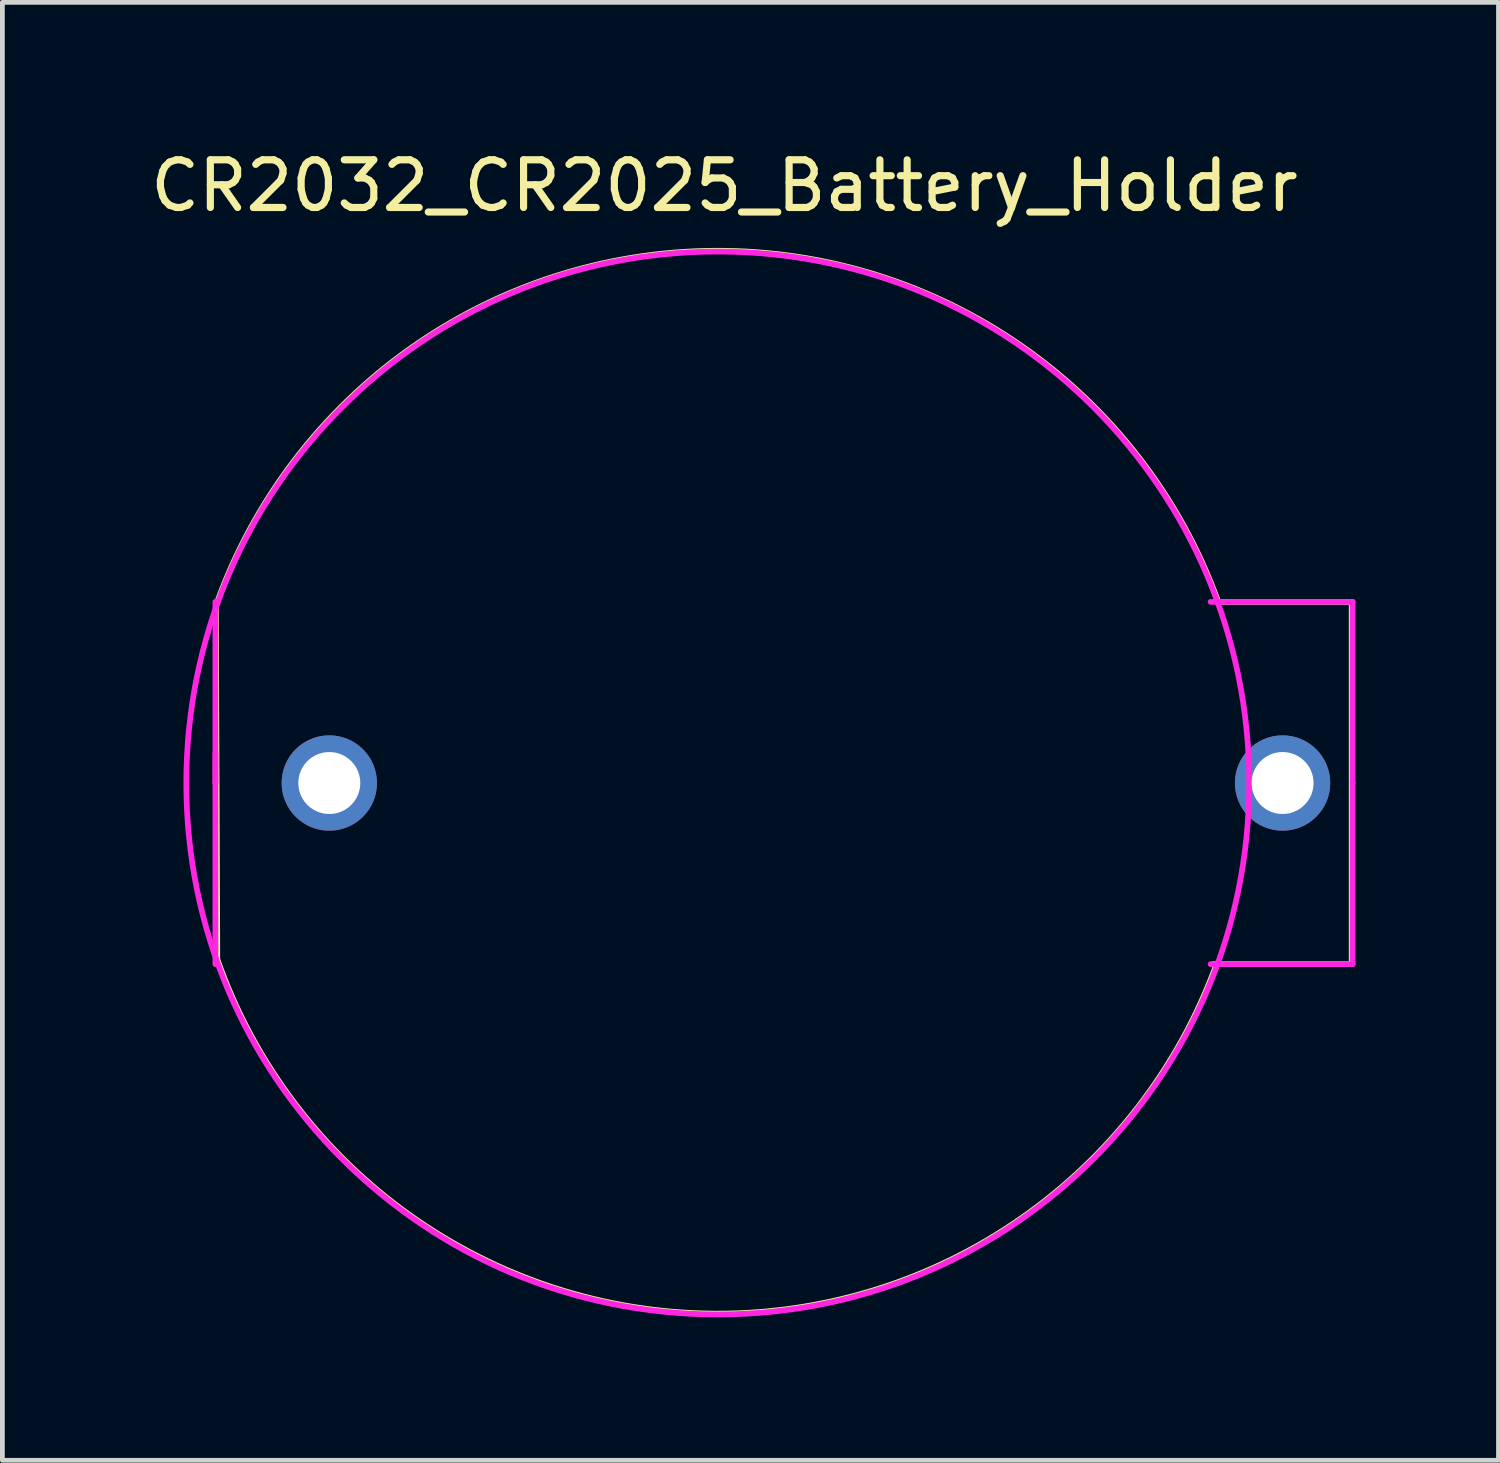
<source format=kicad_pcb>
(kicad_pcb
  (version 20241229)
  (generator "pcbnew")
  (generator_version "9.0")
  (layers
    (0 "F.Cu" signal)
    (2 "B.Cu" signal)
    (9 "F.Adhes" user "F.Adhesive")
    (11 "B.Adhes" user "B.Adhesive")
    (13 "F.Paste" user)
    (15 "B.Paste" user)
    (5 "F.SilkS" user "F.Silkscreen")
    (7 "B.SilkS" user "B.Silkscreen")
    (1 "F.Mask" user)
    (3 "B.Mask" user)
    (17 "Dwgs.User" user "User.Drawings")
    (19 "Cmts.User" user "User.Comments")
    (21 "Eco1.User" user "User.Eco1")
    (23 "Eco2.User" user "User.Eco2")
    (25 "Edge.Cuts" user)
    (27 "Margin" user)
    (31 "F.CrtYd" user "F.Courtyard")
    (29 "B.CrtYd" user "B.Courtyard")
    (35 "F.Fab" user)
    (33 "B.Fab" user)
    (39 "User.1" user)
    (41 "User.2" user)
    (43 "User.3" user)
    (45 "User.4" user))
  (footprint "CR2032_CR2025_Battery_Holder"
    (layer "F.Cu")
    (at 12.009 13.378)
    (property "Reference" "CR2032_CR2025_Battery_Holder" (at 0.14 -12.53 0) (layer "F.SilkS") (effects (font (size 1 1) (thickness 0.15))))
    (attr through_hole)
    (fp_line (start -10.53 -3.716) (end -10.5 3.7) (stroke (width 0.12) (type solid)) (layer "F.SilkS"))
    (fp_line (start 10.5 -3.8) (end 13.3 -3.8) (stroke (width 0.12) (type solid)) (layer "F.SilkS"))
    (fp_line (start 13.3 -3.8) (end 13.3 3.8) (stroke (width 0.12) (type solid)) (layer "F.SilkS"))
    (fp_line (start 13.3 3.8) (end 10.4 3.8) (stroke (width 0.12) (type solid)) (layer "F.SilkS"))
    (fp_arc (start -10.52987 -3.716425) (mid -0.044376 -11.166378) (end 10.499999 -3.799999) (stroke (width 0.12) (type solid)) (layer "F.SilkS"))
    (fp_arc (start 10.468373 3.788555) (mid -0.047017 11.132734) (end -10.499999 3.699999) (stroke (width 0.12) (type solid)) (layer "F.SilkS"))
    (fp_line (start -10.54 0) (end -10.54 -3.8) (stroke (width 0.12) (type solid)) (layer "F.CrtYd"))
    (fp_line (start -10.54 0) (end -10.54 -0.62) (stroke (width 0.12) (type solid)) (layer "F.CrtYd"))
    (fp_line (start -10.54 0) (end -10.54 3.8) (stroke (width 0.12) (type solid)) (layer "F.CrtYd"))
    (fp_line (start 13.32 -3.8) (end 10.34 -3.8) (stroke (width 0.12) (type solid)) (layer "F.CrtYd"))
    (fp_line (start 13.32 0) (end 13.32 -3.8) (stroke (width 0.12) (type solid)) (layer "F.CrtYd"))
    (fp_line (start 13.32 0) (end 13.32 3.8) (stroke (width 0.12) (type solid)) (layer "F.CrtYd"))
    (fp_line (start 13.32 3.8) (end 10.34 3.8) (stroke (width 0.12) (type solid)) (layer "F.CrtYd"))
    (fp_circle (center 0 0) (end -0.01 -11.15) (stroke (width 0.12) (type solid)) (fill no) (layer "F.CrtYd"))
    (pad "1" thru_hole circle (at 11.85 0) (size 2 2) (drill 1.3) (layers "*.Cu" "*.Mask"))
    (pad "2" thru_hole circle (at -8.15 0) (size 2 2) (drill 1.3) (layers "*.Cu" "*.Mask")))
  (gr_rect
    (start -3 -3)
    (end 28.389 27.588)
    (stroke (width 0.1) (type default))
    (fill no)
    (layer "Edge.Cuts")))
</source>
